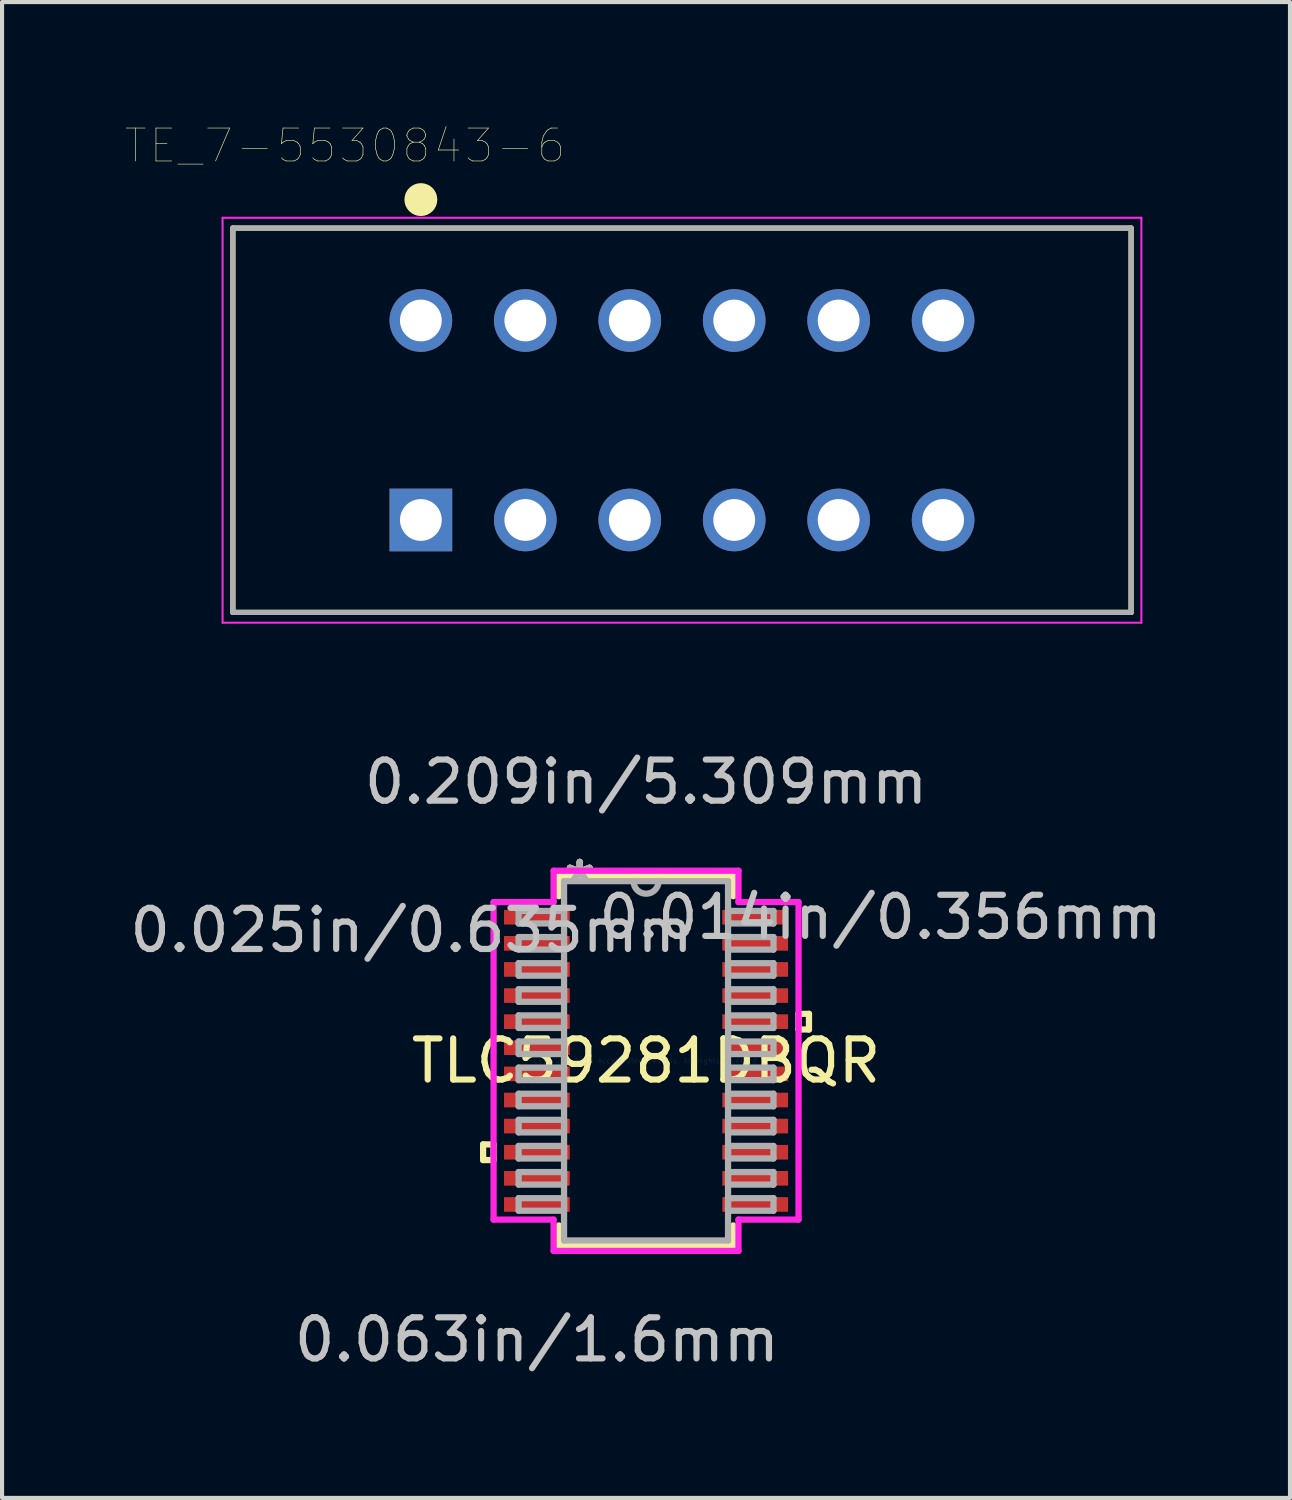
<source format=kicad_pcb>
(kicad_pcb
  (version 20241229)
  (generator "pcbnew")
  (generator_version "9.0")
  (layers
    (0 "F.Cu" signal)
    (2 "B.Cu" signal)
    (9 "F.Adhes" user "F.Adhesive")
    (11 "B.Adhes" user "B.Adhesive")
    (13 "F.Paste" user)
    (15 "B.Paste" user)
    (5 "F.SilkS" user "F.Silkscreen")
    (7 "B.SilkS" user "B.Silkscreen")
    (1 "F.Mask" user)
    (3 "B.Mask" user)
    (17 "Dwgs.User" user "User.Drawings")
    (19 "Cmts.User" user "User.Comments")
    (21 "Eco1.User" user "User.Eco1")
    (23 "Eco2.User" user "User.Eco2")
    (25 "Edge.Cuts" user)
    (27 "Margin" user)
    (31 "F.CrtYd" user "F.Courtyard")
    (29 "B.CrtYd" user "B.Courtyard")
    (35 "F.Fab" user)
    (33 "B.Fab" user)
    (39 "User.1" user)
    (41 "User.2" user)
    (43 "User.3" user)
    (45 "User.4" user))
  (footprint "TLC59281DBQR"
    (layer "F.Cu")
    (at 12.661 22.748)
    (property "Reference" "TLC59281DBQR" (at 0 0 0) (layer "F.SilkS") (effects (font (size 1 1) (thickness 0.15))))
    (attr through_hole)
    (fp_line (start -3.962 2.032) (end -3.962 2.413) (stroke (width 0.152) (type solid)) (layer "F.SilkS"))
    (fp_line (start -3.962 2.413) (end -3.708 2.413) (stroke (width 0.152) (type solid)) (layer "F.SilkS"))
    (fp_line (start -3.708 2.032) (end -3.962 2.032) (stroke (width 0.152) (type solid)) (layer "F.SilkS"))
    (fp_line (start -3.708 2.413) (end -3.708 2.032) (stroke (width 0.152) (type solid)) (layer "F.SilkS"))
    (fp_line (start -2.121 -4.496) (end -2.121 -4.003) (stroke (width 0.152) (type solid)) (layer "F.SilkS"))
    (fp_line (start -2.121 4.003) (end -2.121 4.496) (stroke (width 0.152) (type solid)) (layer "F.SilkS"))
    (fp_line (start -2.121 4.496) (end 2.121 4.496) (stroke (width 0.152) (type solid)) (layer "F.SilkS"))
    (fp_line (start 2.121 -4.496) (end -2.121 -4.496) (stroke (width 0.152) (type solid)) (layer "F.SilkS"))
    (fp_line (start 2.121 -4.003) (end 2.121 -4.496) (stroke (width 0.152) (type solid)) (layer "F.SilkS"))
    (fp_line (start 2.121 4.496) (end 2.121 4.003) (stroke (width 0.152) (type solid)) (layer "F.SilkS"))
    (fp_line (start 3.708 -1.143) (end 3.962 -1.143) (stroke (width 0.152) (type solid)) (layer "F.SilkS"))
    (fp_line (start 3.708 -0.762) (end 3.708 -1.143) (stroke (width 0.152) (type solid)) (layer "F.SilkS"))
    (fp_line (start 3.962 -1.143) (end 3.962 -0.762) (stroke (width 0.152) (type solid)) (layer "F.SilkS"))
    (fp_line (start 3.962 -0.762) (end 3.708 -0.762) (stroke (width 0.152) (type solid)) (layer "F.SilkS"))
    (fp_line (start -3.708 -3.861) (end -2.248 -3.861) (stroke (width 0.152) (type solid)) (layer "F.CrtYd"))
    (fp_line (start -3.708 3.861) (end -3.708 -3.861) (stroke (width 0.152) (type solid)) (layer "F.CrtYd"))
    (fp_line (start -2.248 -4.623) (end 2.248 -4.623) (stroke (width 0.152) (type solid)) (layer "F.CrtYd"))
    (fp_line (start -2.248 -3.861) (end -2.248 -4.623) (stroke (width 0.152) (type solid)) (layer "F.CrtYd"))
    (fp_line (start -2.248 3.861) (end -3.708 3.861) (stroke (width 0.152) (type solid)) (layer "F.CrtYd"))
    (fp_line (start -2.248 4.623) (end -2.248 3.861) (stroke (width 0.152) (type solid)) (layer "F.CrtYd"))
    (fp_line (start 2.248 -4.623) (end 2.248 -3.861) (stroke (width 0.152) (type solid)) (layer "F.CrtYd"))
    (fp_line (start 2.248 -3.861) (end 3.708 -3.861) (stroke (width 0.152) (type solid)) (layer "F.CrtYd"))
    (fp_line (start 2.248 3.861) (end 2.248 4.623) (stroke (width 0.152) (type solid)) (layer "F.CrtYd"))
    (fp_line (start 2.248 4.623) (end -2.248 4.623) (stroke (width 0.152) (type solid)) (layer "F.CrtYd"))
    (fp_line (start 3.708 -3.861) (end 3.708 3.861) (stroke (width 0.152) (type solid)) (layer "F.CrtYd"))
    (fp_line (start 3.708 3.861) (end 2.248 3.861) (stroke (width 0.152) (type solid)) (layer "F.CrtYd"))
    (fp_line (start -3.099 -3.645) (end -3.099 -3.34) (stroke (width 0.152) (type solid)) (layer "F.Fab"))
    (fp_line (start -3.099 -3.34) (end -1.994 -3.34) (stroke (width 0.152) (type solid)) (layer "F.Fab"))
    (fp_line (start -3.099 -3.01) (end -3.099 -2.705) (stroke (width 0.152) (type solid)) (layer "F.Fab"))
    (fp_line (start -3.099 -2.705) (end -1.994 -2.705) (stroke (width 0.152) (type solid)) (layer "F.Fab"))
    (fp_line (start -3.099 -2.375) (end -3.099 -2.07) (stroke (width 0.152) (type solid)) (layer "F.Fab"))
    (fp_line (start -3.099 -2.07) (end -1.994 -2.07) (stroke (width 0.152) (type solid)) (layer "F.Fab"))
    (fp_line (start -3.099 -1.74) (end -3.099 -1.435) (stroke (width 0.152) (type solid)) (layer "F.Fab"))
    (fp_line (start -3.099 -1.435) (end -1.994 -1.435) (stroke (width 0.152) (type solid)) (layer "F.Fab"))
    (fp_line (start -3.099 -1.105) (end -3.099 -0.8) (stroke (width 0.152) (type solid)) (layer "F.Fab"))
    (fp_line (start -3.099 -0.8) (end -1.994 -0.8) (stroke (width 0.152) (type solid)) (layer "F.Fab"))
    (fp_line (start -3.099 -0.47) (end -3.099 -0.165) (stroke (width 0.152) (type solid)) (layer "F.Fab"))
    (fp_line (start -3.099 -0.165) (end -1.994 -0.165) (stroke (width 0.152) (type solid)) (layer "F.Fab"))
    (fp_line (start -3.099 0.165) (end -3.099 0.47) (stroke (width 0.152) (type solid)) (layer "F.Fab"))
    (fp_line (start -3.099 0.47) (end -1.994 0.47) (stroke (width 0.152) (type solid)) (layer "F.Fab"))
    (fp_line (start -3.099 0.8) (end -3.099 1.105) (stroke (width 0.152) (type solid)) (layer "F.Fab"))
    (fp_line (start -3.099 1.105) (end -1.994 1.105) (stroke (width 0.152) (type solid)) (layer "F.Fab"))
    (fp_line (start -3.099 1.435) (end -3.099 1.74) (stroke (width 0.152) (type solid)) (layer "F.Fab"))
    (fp_line (start -3.099 1.74) (end -1.994 1.74) (stroke (width 0.152) (type solid)) (layer "F.Fab"))
    (fp_line (start -3.099 2.07) (end -3.099 2.375) (stroke (width 0.152) (type solid)) (layer "F.Fab"))
    (fp_line (start -3.099 2.375) (end -1.994 2.375) (stroke (width 0.152) (type solid)) (layer "F.Fab"))
    (fp_line (start -3.099 2.705) (end -3.099 3.01) (stroke (width 0.152) (type solid)) (layer "F.Fab"))
    (fp_line (start -3.099 3.01) (end -1.994 3.01) (stroke (width 0.152) (type solid)) (layer "F.Fab"))
    (fp_line (start -3.099 3.34) (end -3.099 3.645) (stroke (width 0.152) (type solid)) (layer "F.Fab"))
    (fp_line (start -3.099 3.645) (end -1.994 3.645) (stroke (width 0.152) (type solid)) (layer "F.Fab"))
    (fp_line (start -1.994 -4.369) (end -1.994 4.369) (stroke (width 0.152) (type solid)) (layer "F.Fab"))
    (fp_line (start -1.994 -3.645) (end -3.099 -3.645) (stroke (width 0.152) (type solid)) (layer "F.Fab"))
    (fp_line (start -1.994 -3.34) (end -1.994 -3.645) (stroke (width 0.152) (type solid)) (layer "F.Fab"))
    (fp_line (start -1.994 -3.01) (end -3.099 -3.01) (stroke (width 0.152) (type solid)) (layer "F.Fab"))
    (fp_line (start -1.994 -2.705) (end -1.994 -3.01) (stroke (width 0.152) (type solid)) (layer "F.Fab"))
    (fp_line (start -1.994 -2.375) (end -3.099 -2.375) (stroke (width 0.152) (type solid)) (layer "F.Fab"))
    (fp_line (start -1.994 -2.07) (end -1.994 -2.375) (stroke (width 0.152) (type solid)) (layer "F.Fab"))
    (fp_line (start -1.994 -1.74) (end -3.099 -1.74) (stroke (width 0.152) (type solid)) (layer "F.Fab"))
    (fp_line (start -1.994 -1.435) (end -1.994 -1.74) (stroke (width 0.152) (type solid)) (layer "F.Fab"))
    (fp_line (start -1.994 -1.105) (end -3.099 -1.105) (stroke (width 0.152) (type solid)) (layer "F.Fab"))
    (fp_line (start -1.994 -0.8) (end -1.994 -1.105) (stroke (width 0.152) (type solid)) (layer "F.Fab"))
    (fp_line (start -1.994 -0.47) (end -3.099 -0.47) (stroke (width 0.152) (type solid)) (layer "F.Fab"))
    (fp_line (start -1.994 -0.165) (end -1.994 -0.47) (stroke (width 0.152) (type solid)) (layer "F.Fab"))
    (fp_line (start -1.994 0.165) (end -3.099 0.165) (stroke (width 0.152) (type solid)) (layer "F.Fab"))
    (fp_line (start -1.994 0.47) (end -1.994 0.165) (stroke (width 0.152) (type solid)) (layer "F.Fab"))
    (fp_line (start -1.994 0.8) (end -3.099 0.8) (stroke (width 0.152) (type solid)) (layer "F.Fab"))
    (fp_line (start -1.994 1.105) (end -1.994 0.8) (stroke (width 0.152) (type solid)) (layer "F.Fab"))
    (fp_line (start -1.994 1.435) (end -3.099 1.435) (stroke (width 0.152) (type solid)) (layer "F.Fab"))
    (fp_line (start -1.994 1.74) (end -1.994 1.435) (stroke (width 0.152) (type solid)) (layer "F.Fab"))
    (fp_line (start -1.994 2.07) (end -3.099 2.07) (stroke (width 0.152) (type solid)) (layer "F.Fab"))
    (fp_line (start -1.994 2.375) (end -1.994 2.07) (stroke (width 0.152) (type solid)) (layer "F.Fab"))
    (fp_line (start -1.994 2.705) (end -3.099 2.705) (stroke (width 0.152) (type solid)) (layer "F.Fab"))
    (fp_line (start -1.994 3.01) (end -1.994 2.705) (stroke (width 0.152) (type solid)) (layer "F.Fab"))
    (fp_line (start -1.994 3.34) (end -3.099 3.34) (stroke (width 0.152) (type solid)) (layer "F.Fab"))
    (fp_line (start -1.994 3.645) (end -1.994 3.34) (stroke (width 0.152) (type solid)) (layer "F.Fab"))
    (fp_line (start -1.994 4.369) (end 1.994 4.369) (stroke (width 0.152) (type solid)) (layer "F.Fab"))
    (fp_line (start 1.994 -4.369) (end -1.994 -4.369) (stroke (width 0.152) (type solid)) (layer "F.Fab"))
    (fp_line (start 1.994 -3.645) (end 1.994 -3.34) (stroke (width 0.152) (type solid)) (layer "F.Fab"))
    (fp_line (start 1.994 -3.34) (end 3.099 -3.34) (stroke (width 0.152) (type solid)) (layer "F.Fab"))
    (fp_line (start 1.994 -3.01) (end 1.994 -2.705) (stroke (width 0.152) (type solid)) (layer "F.Fab"))
    (fp_line (start 1.994 -2.705) (end 3.099 -2.705) (stroke (width 0.152) (type solid)) (layer "F.Fab"))
    (fp_line (start 1.994 -2.375) (end 1.994 -2.07) (stroke (width 0.152) (type solid)) (layer "F.Fab"))
    (fp_line (start 1.994 -2.07) (end 3.099 -2.07) (stroke (width 0.152) (type solid)) (layer "F.Fab"))
    (fp_line (start 1.994 -1.74) (end 1.994 -1.435) (stroke (width 0.152) (type solid)) (layer "F.Fab"))
    (fp_line (start 1.994 -1.435) (end 3.099 -1.435) (stroke (width 0.152) (type solid)) (layer "F.Fab"))
    (fp_line (start 1.994 -1.105) (end 1.994 -0.8) (stroke (width 0.152) (type solid)) (layer "F.Fab"))
    (fp_line (start 1.994 -0.8) (end 3.099 -0.8) (stroke (width 0.152) (type solid)) (layer "F.Fab"))
    (fp_line (start 1.994 -0.47) (end 1.994 -0.165) (stroke (width 0.152) (type solid)) (layer "F.Fab"))
    (fp_line (start 1.994 -0.165) (end 3.099 -0.165) (stroke (width 0.152) (type solid)) (layer "F.Fab"))
    (fp_line (start 1.994 0.165) (end 1.994 0.47) (stroke (width 0.152) (type solid)) (layer "F.Fab"))
    (fp_line (start 1.994 0.47) (end 3.099 0.47) (stroke (width 0.152) (type solid)) (layer "F.Fab"))
    (fp_line (start 1.994 0.8) (end 1.994 1.105) (stroke (width 0.152) (type solid)) (layer "F.Fab"))
    (fp_line (start 1.994 1.105) (end 3.099 1.105) (stroke (width 0.152) (type solid)) (layer "F.Fab"))
    (fp_line (start 1.994 1.435) (end 1.994 1.74) (stroke (width 0.152) (type solid)) (layer "F.Fab"))
    (fp_line (start 1.994 1.74) (end 3.099 1.74) (stroke (width 0.152) (type solid)) (layer "F.Fab"))
    (fp_line (start 1.994 2.07) (end 1.994 2.375) (stroke (width 0.152) (type solid)) (layer "F.Fab"))
    (fp_line (start 1.994 2.375) (end 3.099 2.375) (stroke (width 0.152) (type solid)) (layer "F.Fab"))
    (fp_line (start 1.994 2.705) (end 1.994 3.01) (stroke (width 0.152) (type solid)) (layer "F.Fab"))
    (fp_line (start 1.994 3.01) (end 3.099 3.01) (stroke (width 0.152) (type solid)) (layer "F.Fab"))
    (fp_line (start 1.994 3.34) (end 1.994 3.645) (stroke (width 0.152) (type solid)) (layer "F.Fab"))
    (fp_line (start 1.994 3.645) (end 3.099 3.645) (stroke (width 0.152) (type solid)) (layer "F.Fab"))
    (fp_line (start 1.994 4.369) (end 1.994 -4.369) (stroke (width 0.152) (type solid)) (layer "F.Fab"))
    (fp_line (start 3.099 -3.645) (end 1.994 -3.645) (stroke (width 0.152) (type solid)) (layer "F.Fab"))
    (fp_line (start 3.099 -3.34) (end 3.099 -3.645) (stroke (width 0.152) (type solid)) (layer "F.Fab"))
    (fp_line (start 3.099 -3.01) (end 1.994 -3.01) (stroke (width 0.152) (type solid)) (layer "F.Fab"))
    (fp_line (start 3.099 -2.705) (end 3.099 -3.01) (stroke (width 0.152) (type solid)) (layer "F.Fab"))
    (fp_line (start 3.099 -2.375) (end 1.994 -2.375) (stroke (width 0.152) (type solid)) (layer "F.Fab"))
    (fp_line (start 3.099 -2.07) (end 3.099 -2.375) (stroke (width 0.152) (type solid)) (layer "F.Fab"))
    (fp_line (start 3.099 -1.74) (end 1.994 -1.74) (stroke (width 0.152) (type solid)) (layer "F.Fab"))
    (fp_line (start 3.099 -1.435) (end 3.099 -1.74) (stroke (width 0.152) (type solid)) (layer "F.Fab"))
    (fp_line (start 3.099 -1.105) (end 1.994 -1.105) (stroke (width 0.152) (type solid)) (layer "F.Fab"))
    (fp_line (start 3.099 -0.8) (end 3.099 -1.105) (stroke (width 0.152) (type solid)) (layer "F.Fab"))
    (fp_line (start 3.099 -0.47) (end 1.994 -0.47) (stroke (width 0.152) (type solid)) (layer "F.Fab"))
    (fp_line (start 3.099 -0.165) (end 3.099 -0.47) (stroke (width 0.152) (type solid)) (layer "F.Fab"))
    (fp_line (start 3.099 0.165) (end 1.994 0.165) (stroke (width 0.152) (type solid)) (layer "F.Fab"))
    (fp_line (start 3.099 0.47) (end 3.099 0.165) (stroke (width 0.152) (type solid)) (layer "F.Fab"))
    (fp_line (start 3.099 0.8) (end 1.994 0.8) (stroke (width 0.152) (type solid)) (layer "F.Fab"))
    (fp_line (start 3.099 1.105) (end 3.099 0.8) (stroke (width 0.152) (type solid)) (layer "F.Fab"))
    (fp_line (start 3.099 1.435) (end 1.994 1.435) (stroke (width 0.152) (type solid)) (layer "F.Fab"))
    (fp_line (start 3.099 1.74) (end 3.099 1.435) (stroke (width 0.152) (type solid)) (layer "F.Fab"))
    (fp_line (start 3.099 2.07) (end 1.994 2.07) (stroke (width 0.152) (type solid)) (layer "F.Fab"))
    (fp_line (start 3.099 2.375) (end 3.099 2.07) (stroke (width 0.152) (type solid)) (layer "F.Fab"))
    (fp_line (start 3.099 2.705) (end 1.994 2.705) (stroke (width 0.152) (type solid)) (layer "F.Fab"))
    (fp_line (start 3.099 3.01) (end 3.099 2.705) (stroke (width 0.152) (type solid)) (layer "F.Fab"))
    (fp_line (start 3.099 3.34) (end 1.994 3.34) (stroke (width 0.152) (type solid)) (layer "F.Fab"))
    (fp_line (start 3.099 3.645) (end 3.099 3.34) (stroke (width 0.152) (type solid)) (layer "F.Fab"))
    (fp_arc (start 0.3048 -4.3688) (mid 0 -4.064) (end -0.3048 -4.3688) (stroke (width 0.1524) (type solid)) (layer "F.Fab"))
    (fp_text user "*" (at -1.613 -4.293 0) (layer "F.SilkS") (effects (font (size 1 1) (thickness 0.15))))
    (fp_text user "*" (at -1.613 -4.293 0) (layer "F.SilkS") (effects (font (size 1 1) (thickness 0.15))))
    (fp_text user "0.014in/0.356mm" (at 5.702 -3.493 0) (layer "Dwgs.User") (effects (font (size 1 1) (thickness 0.15))))
    (fp_text user "0.209in/5.309mm" (at 0 -6.782 0) (layer "Dwgs.User") (effects (font (size 1 1) (thickness 0.15))))
    (fp_text user "0.063in/1.6mm" (at -2.654 6.782 0) (layer "Dwgs.User") (effects (font (size 1 1) (thickness 0.15))))
    (fp_text user "0.025in/0.635mm" (at -5.702 -3.175 0) (layer "Dwgs.User") (effects (font (size 1 1) (thickness 0.15))))
    (fp_text user "Copyright 2016 Accelerated Designs. All rights reserved." (at 0 0 0) (layer "Cmts.User") (effects (font (size 0.127 0.127) (thickness 0.002))))
    (fp_text user "*" (at -1.613 -4.293 0) (layer "F.Fab") (effects (font (size 1 1) (thickness 0.15))))
    (fp_text user "*" (at -1.613 -4.293 0) (layer "F.Fab") (effects (font (size 1 1) (thickness 0.15))))
    (pad "1" smd rect (at -2.654 -3.493) (size 1.6 0.356) (layers "F.Cu" "F.Mask" "F.Paste"))
    (pad "2" smd rect (at -2.654 -2.857) (size 1.6 0.356) (layers "F.Cu" "F.Mask" "F.Paste"))
    (pad "3" smd rect (at -2.654 -2.223) (size 1.6 0.356) (layers "F.Cu" "F.Mask" "F.Paste"))
    (pad "4" smd rect (at -2.654 -1.587) (size 1.6 0.356) (layers "F.Cu" "F.Mask" "F.Paste"))
    (pad "5" smd rect (at -2.654 -0.953) (size 1.6 0.356) (layers "F.Cu" "F.Mask" "F.Paste"))
    (pad "6" smd rect (at -2.654 -0.318) (size 1.6 0.356) (layers "F.Cu" "F.Mask" "F.Paste"))
    (pad "7" smd rect (at -2.654 0.318) (size 1.6 0.356) (layers "F.Cu" "F.Mask" "F.Paste"))
    (pad "8" smd rect (at -2.654 0.953) (size 1.6 0.356) (layers "F.Cu" "F.Mask" "F.Paste"))
    (pad "9" smd rect (at -2.654 1.587) (size 1.6 0.356) (layers "F.Cu" "F.Mask" "F.Paste"))
    (pad "10" smd rect (at -2.654 2.223) (size 1.6 0.356) (layers "F.Cu" "F.Mask" "F.Paste"))
    (pad "11" smd rect (at -2.654 2.857) (size 1.6 0.356) (layers "F.Cu" "F.Mask" "F.Paste"))
    (pad "12" smd rect (at -2.654 3.493) (size 1.6 0.356) (layers "F.Cu" "F.Mask" "F.Paste"))
    (pad "13" smd rect (at 2.654 3.493) (size 1.6 0.356) (layers "F.Cu" "F.Mask" "F.Paste"))
    (pad "14" smd rect (at 2.654 2.857) (size 1.6 0.356) (layers "F.Cu" "F.Mask" "F.Paste"))
    (pad "15" smd rect (at 2.654 2.223) (size 1.6 0.356) (layers "F.Cu" "F.Mask" "F.Paste"))
    (pad "16" smd rect (at 2.654 1.587) (size 1.6 0.356) (layers "F.Cu" "F.Mask" "F.Paste"))
    (pad "17" smd rect (at 2.654 0.953) (size 1.6 0.356) (layers "F.Cu" "F.Mask" "F.Paste"))
    (pad "18" smd rect (at 2.654 0.318) (size 1.6 0.356) (layers "F.Cu" "F.Mask" "F.Paste"))
    (pad "19" smd rect (at 2.654 -0.318) (size 1.6 0.356) (layers "F.Cu" "F.Mask" "F.Paste"))
    (pad "20" smd rect (at 2.654 -0.953) (size 1.6 0.356) (layers "F.Cu" "F.Mask" "F.Paste"))
    (pad "21" smd rect (at 2.654 -1.587) (size 1.6 0.356) (layers "F.Cu" "F.Mask" "F.Paste"))
    (pad "22" smd rect (at 2.654 -2.223) (size 1.6 0.356) (layers "F.Cu" "F.Mask" "F.Paste"))
    (pad "23" smd rect (at 2.654 -2.857) (size 1.6 0.356) (layers "F.Cu" "F.Mask" "F.Paste"))
    (pad "24" smd rect (at 2.654 -3.493) (size 1.6 0.356) (layers "F.Cu" "F.Mask" "F.Paste")))
  (footprint "TE_7-5530843-6"
    (layer "F.Cu")
    (at 7.185 9.595)
    (property "Reference" "TE_7-5530843-6" (at -1.846 -9.1 0) (layer "F.SilkS") (effects (font (size 0.801 0.801) (thickness 0.015))))
    (attr through_hole)
    (fp_line (start -4.572 -7.099) (end 17.272 -7.099) (stroke (width 0.127) (type solid)) (layer "F.SilkS"))
    (fp_line (start -4.572 2.248) (end -4.572 -7.099) (stroke (width 0.127) (type solid)) (layer "F.SilkS"))
    (fp_line (start 17.272 -7.099) (end 17.272 2.248) (stroke (width 0.127) (type solid)) (layer "F.SilkS"))
    (fp_line (start 17.272 2.248) (end -4.572 2.248) (stroke (width 0.127) (type solid)) (layer "F.SilkS"))
    (fp_circle (center 0 -7.791) (end 0.2 -7.791) (stroke (width 0.4) (type solid)) (fill no) (layer "F.SilkS"))
    (fp_line (start -4.822 -7.349) (end 17.522 -7.349) (stroke (width 0.05) (type solid)) (layer "F.CrtYd"))
    (fp_line (start -4.822 2.498) (end -4.822 -7.349) (stroke (width 0.05) (type solid)) (layer "F.CrtYd"))
    (fp_line (start 17.522 -7.349) (end 17.522 2.498) (stroke (width 0.05) (type solid)) (layer "F.CrtYd"))
    (fp_line (start 17.522 2.498) (end -4.822 2.498) (stroke (width 0.05) (type solid)) (layer "F.CrtYd"))
    (fp_line (start -4.572 -7.099) (end 17.272 -7.099) (stroke (width 0.127) (type solid)) (layer "F.Fab"))
    (fp_line (start -4.572 2.248) (end -4.572 -7.099) (stroke (width 0.127) (type solid)) (layer "F.Fab"))
    (fp_line (start 17.272 -7.099) (end 17.272 2.248) (stroke (width 0.127) (type solid)) (layer "F.Fab"))
    (fp_line (start 17.272 2.248) (end -4.572 2.248) (stroke (width 0.127) (type solid)) (layer "F.Fab"))
    (pad "1" thru_hole rect (at 0 0) (size 1.524 1.524) (drill 1.016) (layers "*.Cu" "*.Mask"))
    (pad "2" thru_hole circle (at 0 -4.851) (size 1.524 1.524) (drill 1.016) (layers "*.Cu" "*.Mask"))
    (pad "3" thru_hole circle (at 2.54 0) (size 1.524 1.524) (drill 1.016) (layers "*.Cu" "*.Mask"))
    (pad "4" thru_hole circle (at 2.54 -4.851) (size 1.524 1.524) (drill 1.016) (layers "*.Cu" "*.Mask"))
    (pad "5" thru_hole circle (at 5.08 0) (size 1.524 1.524) (drill 1.016) (layers "*.Cu" "*.Mask"))
    (pad "6" thru_hole circle (at 5.08 -4.851) (size 1.524 1.524) (drill 1.016) (layers "*.Cu" "*.Mask"))
    (pad "7" thru_hole circle (at 7.62 0) (size 1.524 1.524) (drill 1.016) (layers "*.Cu" "*.Mask"))
    (pad "8" thru_hole circle (at 7.62 -4.851) (size 1.524 1.524) (drill 1.016) (layers "*.Cu" "*.Mask"))
    (pad "9" thru_hole circle (at 10.16 0) (size 1.524 1.524) (drill 1.016) (layers "*.Cu" "*.Mask"))
    (pad "10" thru_hole circle (at 10.16 -4.851) (size 1.524 1.524) (drill 1.016) (layers "*.Cu" "*.Mask"))
    (pad "11" thru_hole circle (at 12.7 0) (size 1.524 1.524) (drill 1.016) (layers "*.Cu" "*.Mask"))
    (pad "12" thru_hole circle (at 12.7 -4.851) (size 1.524 1.524) (drill 1.016) (layers "*.Cu" "*.Mask")))
  (gr_rect
    (start -3 -3)
    (end 28.321 33.378)
    (stroke (width 0.1) (type default))
    (fill no)
    (layer "Edge.Cuts")))
</source>
